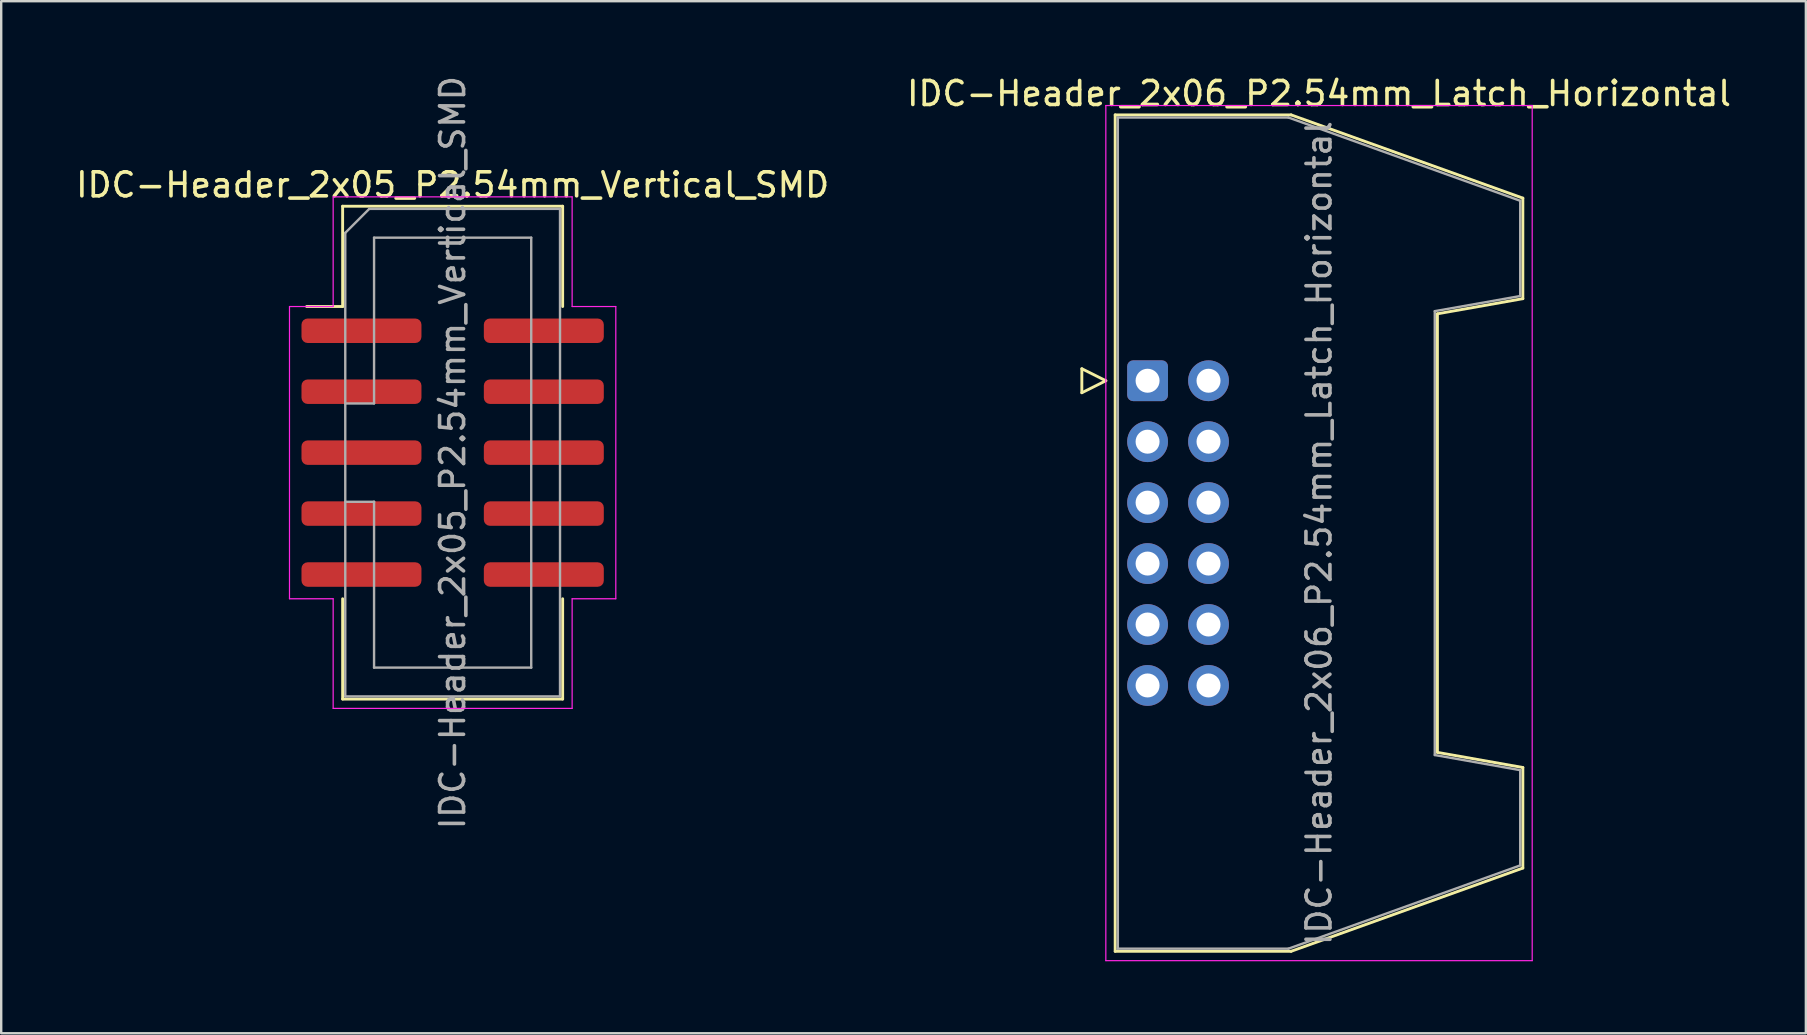
<source format=kicad_pcb>
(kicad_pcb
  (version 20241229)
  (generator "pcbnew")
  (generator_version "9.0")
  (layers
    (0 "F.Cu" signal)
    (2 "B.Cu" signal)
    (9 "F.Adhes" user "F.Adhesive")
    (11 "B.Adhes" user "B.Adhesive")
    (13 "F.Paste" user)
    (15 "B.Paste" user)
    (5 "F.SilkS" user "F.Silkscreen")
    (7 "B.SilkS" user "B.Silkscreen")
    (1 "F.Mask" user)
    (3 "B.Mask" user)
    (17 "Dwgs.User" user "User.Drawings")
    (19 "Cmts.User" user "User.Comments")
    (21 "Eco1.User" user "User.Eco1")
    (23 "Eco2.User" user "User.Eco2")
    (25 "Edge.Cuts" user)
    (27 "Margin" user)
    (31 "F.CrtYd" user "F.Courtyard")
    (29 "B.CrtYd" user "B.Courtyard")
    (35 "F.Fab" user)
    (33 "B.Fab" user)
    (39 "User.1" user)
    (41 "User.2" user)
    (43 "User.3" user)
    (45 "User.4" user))
  (footprint "IDC-Header_2x06_P2.54mm_Latch_Horizontal"
    (layer "F.Cu")
    (at 44.778 12.818)
    (property "Reference" "IDC-Header_2x06_P2.54mm_Latch_Horizontal" (at 7.145 -11.97 0) (layer "F.SilkS") (effects (font (size 1 1) (thickness 0.15))))
    (attr through_hole)
    (fp_line (start -2.74 -0.5) (end -2.74 0.5) (stroke (width 0.12) (type solid)) (layer "F.SilkS"))
    (fp_line (start -2.74 0.5) (end -1.74 0) (stroke (width 0.12) (type solid)) (layer "F.SilkS"))
    (fp_line (start -1.74 0) (end -2.74 -0.5) (stroke (width 0.12) (type solid)) (layer "F.SilkS"))
    (fp_line (start -1.35 -11.08) (end 5.98 -11.08) (stroke (width 0.12) (type solid)) (layer "F.SilkS"))
    (fp_line (start -1.35 23.78) (end -1.35 -11.08) (stroke (width 0.12) (type solid)) (layer "F.SilkS"))
    (fp_line (start 5.98 -11.08) (end 15.64 -7.61) (stroke (width 0.12) (type solid)) (layer "F.SilkS"))
    (fp_line (start 5.98 23.78) (end -1.35 23.78) (stroke (width 0.12) (type solid)) (layer "F.SilkS"))
    (fp_line (start 12.08 -2.79) (end 12.08 15.49) (stroke (width 0.12) (type solid)) (layer "F.SilkS"))
    (fp_line (start 12.08 15.49) (end 15.64 16.12) (stroke (width 0.12) (type solid)) (layer "F.SilkS"))
    (fp_line (start 15.64 -7.61) (end 15.64 -3.42) (stroke (width 0.12) (type solid)) (layer "F.SilkS"))
    (fp_line (start 15.64 -3.42) (end 12.08 -2.79) (stroke (width 0.12) (type solid)) (layer "F.SilkS"))
    (fp_line (start 15.64 16.12) (end 15.64 20.31) (stroke (width 0.12) (type solid)) (layer "F.SilkS"))
    (fp_line (start 15.64 20.31) (end 5.98 23.78) (stroke (width 0.12) (type solid)) (layer "F.SilkS"))
    (fp_line (start -1.74 -11.47) (end -1.74 24.17) (stroke (width 0.05) (type solid)) (layer "F.CrtYd"))
    (fp_line (start -1.74 24.17) (end 16.03 24.17) (stroke (width 0.05) (type solid)) (layer "F.CrtYd"))
    (fp_line (start 16.03 -11.47) (end -1.74 -11.47) (stroke (width 0.05) (type solid)) (layer "F.CrtYd"))
    (fp_line (start 16.03 24.17) (end 16.03 -11.47) (stroke (width 0.05) (type solid)) (layer "F.CrtYd"))
    (fp_line (start -1.24 -10.97) (end 5.87 -10.97) (stroke (width 0.1) (type solid)) (layer "F.Fab"))
    (fp_line (start -1.24 23.67) (end -1.24 -10.97) (stroke (width 0.1) (type solid)) (layer "F.Fab"))
    (fp_line (start 5.87 -10.97) (end 15.53 -7.5) (stroke (width 0.1) (type solid)) (layer "F.Fab"))
    (fp_line (start 5.87 23.67) (end -1.24 23.67) (stroke (width 0.1) (type solid)) (layer "F.Fab"))
    (fp_line (start 11.97 -2.9) (end 11.97 15.6) (stroke (width 0.1) (type solid)) (layer "F.Fab"))
    (fp_line (start 11.97 15.6) (end 15.53 16.23) (stroke (width 0.1) (type solid)) (layer "F.Fab"))
    (fp_line (start 15.53 -7.5) (end 15.53 -3.53) (stroke (width 0.1) (type solid)) (layer "F.Fab"))
    (fp_line (start 15.53 -3.53) (end 11.97 -2.9) (stroke (width 0.1) (type solid)) (layer "F.Fab"))
    (fp_line (start 15.53 16.23) (end 15.53 20.2) (stroke (width 0.1) (type solid)) (layer "F.Fab"))
    (fp_line (start 15.53 20.2) (end 5.87 23.67) (stroke (width 0.1) (type solid)) (layer "F.Fab"))
    (fp_text user "${REFERENCE}" (at 7.145 6.35 90) (layer "F.Fab") (effects (font (size 1 1) (thickness 0.15))))
    (pad "1" thru_hole roundrect (at 0 0) (size 1.7 1.7) (drill 1) (layers "*.Cu" "*.Mask") (roundrect_rratio 0.147))
    (pad "2" thru_hole circle (at 2.54 0) (size 1.7 1.7) (drill 1) (layers "*.Cu" "*.Mask"))
    (pad "3" thru_hole circle (at 0 2.54) (size 1.7 1.7) (drill 1) (layers "*.Cu" "*.Mask"))
    (pad "4" thru_hole circle (at 2.54 2.54) (size 1.7 1.7) (drill 1) (layers "*.Cu" "*.Mask"))
    (pad "5" thru_hole circle (at 0 5.08) (size 1.7 1.7) (drill 1) (layers "*.Cu" "*.Mask"))
    (pad "6" thru_hole circle (at 2.54 5.08) (size 1.7 1.7) (drill 1) (layers "*.Cu" "*.Mask"))
    (pad "7" thru_hole circle (at 0 7.62) (size 1.7 1.7) (drill 1) (layers "*.Cu" "*.Mask"))
    (pad "8" thru_hole circle (at 2.54 7.62) (size 1.7 1.7) (drill 1) (layers "*.Cu" "*.Mask"))
    (pad "9" thru_hole circle (at 0 10.16) (size 1.7 1.7) (drill 1) (layers "*.Cu" "*.Mask"))
    (pad "10" thru_hole circle (at 2.54 10.16) (size 1.7 1.7) (drill 1) (layers "*.Cu" "*.Mask"))
    (pad "11" thru_hole circle (at 0 12.7) (size 1.7 1.7) (drill 1) (layers "*.Cu" "*.Mask"))
    (pad "12" thru_hole circle (at 2.54 12.7) (size 1.7 1.7) (drill 1) (layers "*.Cu" "*.Mask")))
  (footprint "IDC-Header_2x05_P2.54mm_Vertical_SMD"
    (layer "F.Cu")
    (at 15.815 15.815)
    (property "Reference" "IDC-Header_2x05_P2.54mm_Vertical_SMD" (at 0 -11.16 0) (layer "F.SilkS") (effects (font (size 1 1) (thickness 0.15))))
    (attr smd)
    (fp_line (start -4.585 -10.27) (end 4.585 -10.27) (stroke (width 0.12) (type solid)) (layer "F.SilkS"))
    (fp_line (start -4.585 -6.09) (end -6.085 -6.09) (stroke (width 0.12) (type solid)) (layer "F.SilkS"))
    (fp_line (start -4.585 -6.09) (end -4.585 -10.27) (stroke (width 0.12) (type solid)) (layer "F.SilkS"))
    (fp_line (start -4.585 6.09) (end -4.585 10.27) (stroke (width 0.12) (type solid)) (layer "F.SilkS"))
    (fp_line (start -4.585 10.27) (end 4.585 10.27) (stroke (width 0.12) (type solid)) (layer "F.SilkS"))
    (fp_line (start 4.585 -10.27) (end 4.585 -6.09) (stroke (width 0.12) (type solid)) (layer "F.SilkS"))
    (fp_line (start 4.585 10.27) (end 4.585 6.09) (stroke (width 0.12) (type solid)) (layer "F.SilkS"))
    (fp_line (start -6.8 -6.09) (end -6.8 6.09) (stroke (width 0.05) (type solid)) (layer "F.CrtYd"))
    (fp_line (start -6.8 6.09) (end -4.98 6.09) (stroke (width 0.05) (type solid)) (layer "F.CrtYd"))
    (fp_line (start -4.98 -10.66) (end -4.98 -6.09) (stroke (width 0.05) (type solid)) (layer "F.CrtYd"))
    (fp_line (start -4.98 -6.09) (end -6.8 -6.09) (stroke (width 0.05) (type solid)) (layer "F.CrtYd"))
    (fp_line (start -4.98 6.09) (end -4.98 10.66) (stroke (width 0.05) (type solid)) (layer "F.CrtYd"))
    (fp_line (start -4.98 10.66) (end 4.98 10.66) (stroke (width 0.05) (type solid)) (layer "F.CrtYd"))
    (fp_line (start 4.98 -10.66) (end -4.98 -10.66) (stroke (width 0.05) (type solid)) (layer "F.CrtYd"))
    (fp_line (start 4.98 -6.09) (end 4.98 -10.66) (stroke (width 0.05) (type solid)) (layer "F.CrtYd"))
    (fp_line (start 4.98 6.09) (end 6.8 6.09) (stroke (width 0.05) (type solid)) (layer "F.CrtYd"))
    (fp_line (start 4.98 10.66) (end 4.98 6.09) (stroke (width 0.05) (type solid)) (layer "F.CrtYd"))
    (fp_line (start 6.8 -6.09) (end 4.98 -6.09) (stroke (width 0.05) (type solid)) (layer "F.CrtYd"))
    (fp_line (start 6.8 6.09) (end 6.8 -6.09) (stroke (width 0.05) (type solid)) (layer "F.CrtYd"))
    (fp_line (start -4.475 -9.16) (end -3.475 -10.16) (stroke (width 0.1) (type solid)) (layer "F.Fab"))
    (fp_line (start -4.475 -2.05) (end -3.275 -2.05) (stroke (width 0.1) (type solid)) (layer "F.Fab"))
    (fp_line (start -4.475 10.16) (end -4.475 -9.16) (stroke (width 0.1) (type solid)) (layer "F.Fab"))
    (fp_line (start -3.475 -10.16) (end 4.475 -10.16) (stroke (width 0.1) (type solid)) (layer "F.Fab"))
    (fp_line (start -3.275 -8.96) (end 3.275 -8.96) (stroke (width 0.1) (type solid)) (layer "F.Fab"))
    (fp_line (start -3.275 -2.05) (end -3.275 -8.96) (stroke (width 0.1) (type solid)) (layer "F.Fab"))
    (fp_line (start -3.275 2.05) (end -4.475 2.05) (stroke (width 0.1) (type solid)) (layer "F.Fab"))
    (fp_line (start -3.275 2.05) (end -3.275 2.05) (stroke (width 0.1) (type solid)) (layer "F.Fab"))
    (fp_line (start -3.275 8.96) (end -3.275 2.05) (stroke (width 0.1) (type solid)) (layer "F.Fab"))
    (fp_line (start 3.275 -8.96) (end 3.275 8.96) (stroke (width 0.1) (type solid)) (layer "F.Fab"))
    (fp_line (start 3.275 8.96) (end -3.275 8.96) (stroke (width 0.1) (type solid)) (layer "F.Fab"))
    (fp_line (start 4.475 -10.16) (end 4.475 10.16) (stroke (width 0.1) (type solid)) (layer "F.Fab"))
    (fp_line (start 4.475 10.16) (end -4.475 10.16) (stroke (width 0.1) (type solid)) (layer "F.Fab"))
    (fp_text user "${REFERENCE}" (at 0 0 90) (layer "F.Fab") (effects (font (size 1 1) (thickness 0.15))))
    (pad "1" smd roundrect (at -3.8 -5.08) (size 5 1.02) (layers "F.Cu" "F.Mask" "F.Paste") (roundrect_rratio 0.25))
    (pad "2" smd roundrect (at 3.8 -5.08) (size 5 1.02) (layers "F.Cu" "F.Mask" "F.Paste") (roundrect_rratio 0.25))
    (pad "3" smd roundrect (at -3.8 -2.54) (size 5 1.02) (layers "F.Cu" "F.Mask" "F.Paste") (roundrect_rratio 0.25))
    (pad "4" smd roundrect (at 3.8 -2.54) (size 5 1.02) (layers "F.Cu" "F.Mask" "F.Paste") (roundrect_rratio 0.25))
    (pad "5" smd roundrect (at -3.8 0) (size 5 1.02) (layers "F.Cu" "F.Mask" "F.Paste") (roundrect_rratio 0.25))
    (pad "6" smd roundrect (at 3.8 0) (size 5 1.02) (layers "F.Cu" "F.Mask" "F.Paste") (roundrect_rratio 0.25))
    (pad "7" smd roundrect (at -3.8 2.54) (size 5 1.02) (layers "F.Cu" "F.Mask" "F.Paste") (roundrect_rratio 0.25))
    (pad "8" smd roundrect (at 3.8 2.54) (size 5 1.02) (layers "F.Cu" "F.Mask" "F.Paste") (roundrect_rratio 0.25))
    (pad "9" smd roundrect (at -3.8 5.08) (size 5 1.02) (layers "F.Cu" "F.Mask" "F.Paste") (roundrect_rratio 0.25))
    (pad "10" smd roundrect (at 3.8 5.08) (size 5 1.02) (layers "F.Cu" "F.Mask" "F.Paste") (roundrect_rratio 0.25)))
  (gr_rect
    (start -3 -3)
    (end 72.214 40.013)
    (stroke (width 0.1) (type default))
    (fill no)
    (layer "Edge.Cuts")))
</source>
